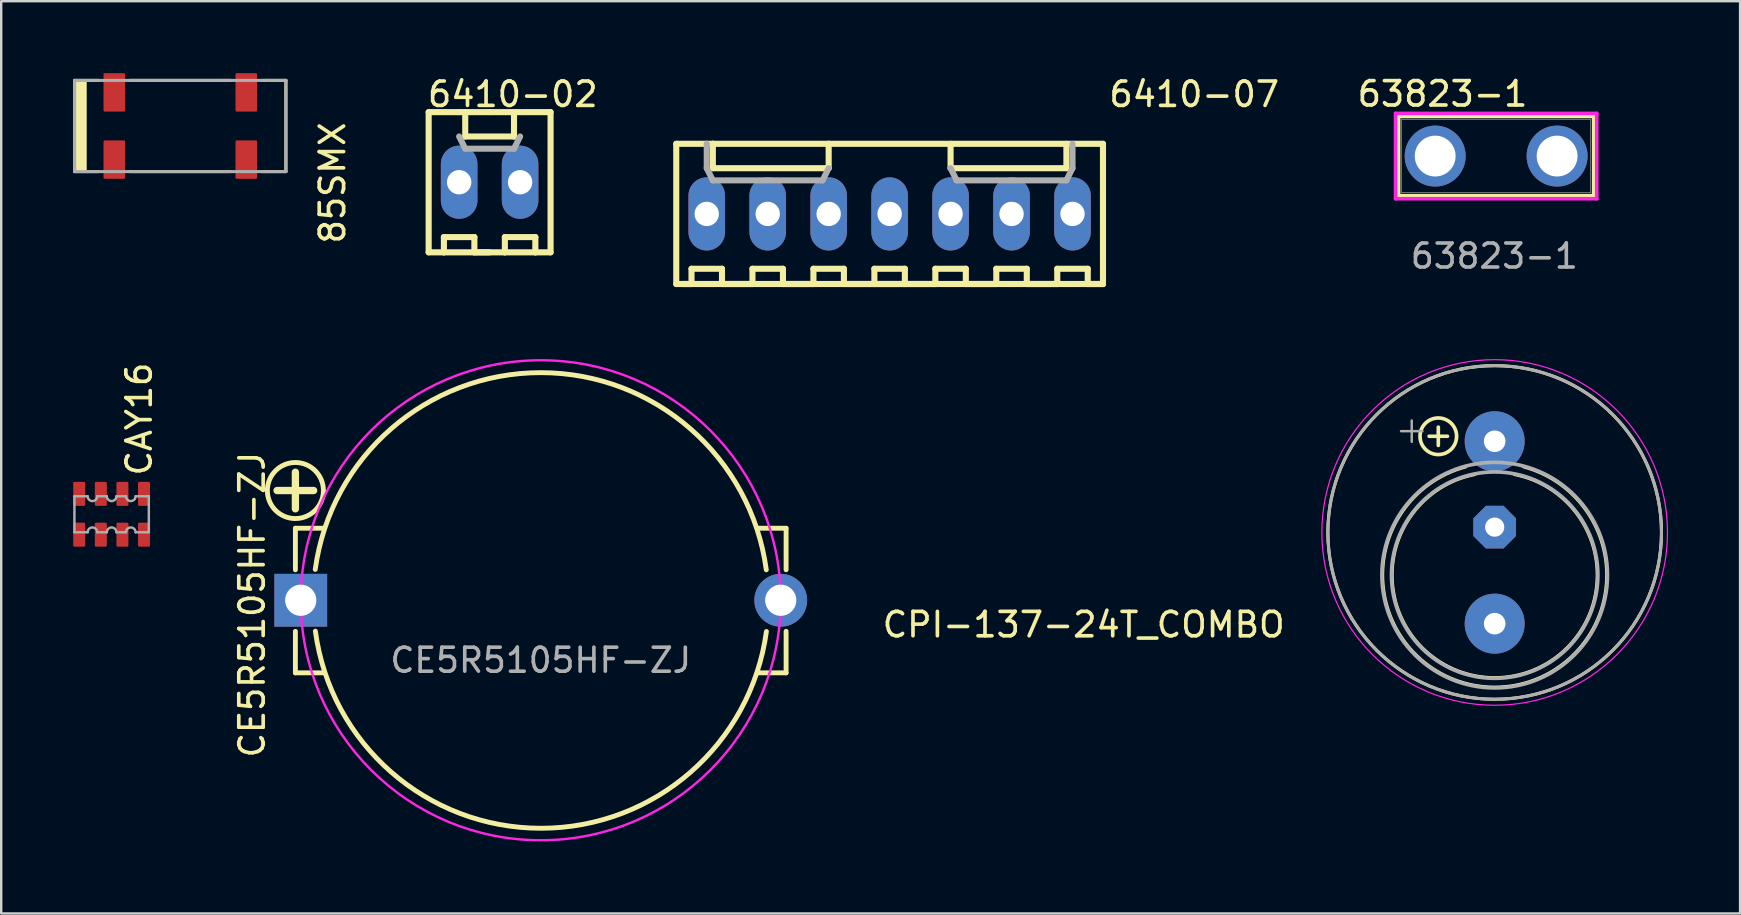
<source format=kicad_pcb>
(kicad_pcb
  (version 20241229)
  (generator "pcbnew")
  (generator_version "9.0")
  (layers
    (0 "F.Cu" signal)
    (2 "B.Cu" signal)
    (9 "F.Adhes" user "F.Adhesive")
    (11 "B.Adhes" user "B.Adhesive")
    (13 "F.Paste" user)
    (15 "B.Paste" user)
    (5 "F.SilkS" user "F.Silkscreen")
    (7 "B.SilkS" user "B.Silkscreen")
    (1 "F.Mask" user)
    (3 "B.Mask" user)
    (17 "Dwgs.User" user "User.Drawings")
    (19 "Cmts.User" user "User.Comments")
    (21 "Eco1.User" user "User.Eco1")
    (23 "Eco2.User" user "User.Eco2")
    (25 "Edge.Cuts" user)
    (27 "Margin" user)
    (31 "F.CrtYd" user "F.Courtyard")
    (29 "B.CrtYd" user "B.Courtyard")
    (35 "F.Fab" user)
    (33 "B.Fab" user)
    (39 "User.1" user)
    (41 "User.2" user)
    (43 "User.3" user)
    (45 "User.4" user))
  (footprint "85SMX"
    (layer "F.Cu")
    (at 4.463 2.2)
    (property "Reference" "85SMX" (at 5.747 -0.243 90) (layer "F.SilkS") (effects (font (size 1.016 1.016) (thickness 0.152)) (justify right top)))
    (attr smd)
    (fp_line (start -4.4 -1.9) (end -4.4 1.9) (stroke (width 0.127) (type solid)) (layer "F.SilkS"))
    (fp_line (start -4.4 -1.9) (end -3.9 -1.9) (stroke (width 0.127) (type solid)) (layer "F.SilkS"))
    (fp_line (start -4.4 1.9) (end -3.9 1.9) (stroke (width 0.127) (type solid)) (layer "F.SilkS"))
    (fp_line (start -3.9 -1.9) (end -3.4 -1.9) (stroke (width 0.127) (type solid)) (layer "F.SilkS"))
    (fp_line (start -3.9 1.9) (end -3.4 1.9) (stroke (width 0.127) (type solid)) (layer "F.SilkS"))
    (fp_line (start -2.1 -1.9) (end 2.1 -1.9) (stroke (width 0.127) (type solid)) (layer "F.SilkS"))
    (fp_line (start -2.1 1.9) (end 2.1 1.9) (stroke (width 0.127) (type solid)) (layer "F.SilkS"))
    (fp_line (start 3.4 -1.9) (end 4.4 -1.9) (stroke (width 0.127) (type solid)) (layer "F.SilkS"))
    (fp_line (start 3.4 1.9) (end 4.4 1.9) (stroke (width 0.127) (type solid)) (layer "F.SilkS"))
    (fp_line (start 4.4 -1.9) (end 4.4 1.9) (stroke (width 0.127) (type solid)) (layer "F.SilkS"))
    (fp_poly (pts (xy -4.4 1.9) (xy -3.9 1.9) (xy -3.9 -1.9) (xy -4.4 -1.9)) (stroke (width 0) (type default)) (fill yes) (layer "F.SilkS"))
    (fp_line (start -4.4 -1.9) (end -4.4 1.9) (stroke (width 0.127) (type solid)) (layer "F.Fab"))
    (fp_line (start -4.4 -1.9) (end 4.4 -1.9) (stroke (width 0.127) (type solid)) (layer "F.Fab"))
    (fp_line (start -4.4 1.9) (end 4.4 1.9) (stroke (width 0.127) (type solid)) (layer "F.Fab"))
    (fp_line (start 4.4 -1.9) (end 4.4 1.9) (stroke (width 0.127) (type solid)) (layer "F.Fab"))
    (pad "" smd roundrect (at 2.75 -1.4 90) (size 1.6 0.9) (layers "F.Cu" "F.Mask" "F.Paste") (roundrect_rratio 0.056))
    (pad "" smd roundrect (at 2.75 1.4 90) (size 1.6 0.9) (layers "F.Cu" "F.Mask" "F.Paste") (roundrect_rratio 0.056))
    (pad "1" smd roundrect (at -2.75 1.4 90) (size 1.6 0.9) (layers "F.Cu" "F.Mask" "F.Paste") (roundrect_rratio 0.056))
    (pad "4" smd roundrect (at -2.75 -1.4 90) (size 1.6 0.9) (layers "F.Cu" "F.Mask" "F.Paste") (roundrect_rratio 0.056)))
  (footprint "6410-02"
    (layer "F.Cu")
    (at 17.351 4.543)
    (property "Reference" "6410-02" (at -2.667 -3.07 180) (layer "F.SilkS") (effects (font (size 1.016 1.016) (thickness 0.152)) (justify left bottom)))
    (attr through_hole)
    (fp_line (start -2.54 -2.921) (end -2.54 2.921) (stroke (width 0.254) (type solid)) (layer "F.SilkS"))
    (fp_line (start -2.54 -2.921) (end -1.27 -2.921) (stroke (width 0.254) (type solid)) (layer "F.SilkS"))
    (fp_line (start -2.54 2.921) (end -1.905 2.921) (stroke (width 0.254) (type solid)) (layer "F.SilkS"))
    (fp_line (start -2.286 2.921) (end -1.905 2.921) (stroke (width 0.127) (type solid)) (layer "F.SilkS"))
    (fp_line (start -1.905 2.286) (end -0.635 2.286) (stroke (width 0.254) (type solid)) (layer "F.SilkS"))
    (fp_line (start -1.905 2.921) (end -1.905 2.286) (stroke (width 0.254) (type solid)) (layer "F.SilkS"))
    (fp_line (start -1.905 2.921) (end 0 2.921) (stroke (width 0.254) (type solid)) (layer "F.SilkS"))
    (fp_line (start -1.27 -2.921) (end 0 -2.921) (stroke (width 0.254) (type solid)) (layer "F.SilkS"))
    (fp_line (start -1.016 -2.921) (end -1.27 -2.921) (stroke (width 0.127) (type solid)) (layer "F.SilkS"))
    (fp_line (start -1.016 -2.921) (end -1.016 -1.905) (stroke (width 0.254) (type solid)) (layer "F.SilkS"))
    (fp_line (start -1.016 -1.905) (end 1.016 -1.905) (stroke (width 0.254) (type solid)) (layer "F.SilkS"))
    (fp_line (start -0.635 2.286) (end -0.635 2.921) (stroke (width 0.254) (type solid)) (layer "F.SilkS"))
    (fp_line (start -0.635 2.921) (end 0.635 2.921) (stroke (width 0.254) (type solid)) (layer "F.SilkS"))
    (fp_line (start 0.635 2.286) (end 1.905 2.286) (stroke (width 0.254) (type solid)) (layer "F.SilkS"))
    (fp_line (start 0.635 2.921) (end 0 2.921) (stroke (width 0.127) (type solid)) (layer "F.SilkS"))
    (fp_line (start 0.635 2.921) (end 0.635 2.286) (stroke (width 0.254) (type solid)) (layer "F.SilkS"))
    (fp_line (start 1.016 -2.921) (end 1.016 -1.905) (stroke (width 0.254) (type solid)) (layer "F.SilkS"))
    (fp_line (start 1.905 2.286) (end 1.905 2.921) (stroke (width 0.254) (type solid)) (layer "F.SilkS"))
    (fp_line (start 1.905 2.921) (end 0.635 2.921) (stroke (width 0.254) (type solid)) (layer "F.SilkS"))
    (fp_line (start 1.905 2.921) (end 2.54 2.921) (stroke (width 0.254) (type solid)) (layer "F.SilkS"))
    (fp_line (start 2.54 -2.921) (end 0 -2.921) (stroke (width 0.254) (type solid)) (layer "F.SilkS"))
    (fp_line (start 2.54 -2.921) (end 2.54 2.921) (stroke (width 0.254) (type solid)) (layer "F.SilkS"))
    (fp_line (start -1.27 -1.905) (end -1.016 -1.397) (stroke (width 0.254) (type solid)) (layer "F.Fab"))
    (fp_line (start -1.016 -1.397) (end 1.016 -1.397) (stroke (width 0.254) (type solid)) (layer "F.Fab"))
    (fp_line (start 1.016 -1.397) (end 1.27 -1.905) (stroke (width 0.254) (type solid)) (layer "F.Fab"))
    (fp_poly (pts (xy -1.524 0.254) (xy -1.016 0.254) (xy -1.016 -0.254) (xy -1.524 -0.254)) (stroke (width 0.1) (type default)) (fill no) (layer "F.Fab"))
    (fp_poly (pts (xy 1.016 0.254) (xy 1.524 0.254) (xy 1.524 -0.254) (xy 1.016 -0.254)) (stroke (width 0.1) (type default)) (fill no) (layer "F.Fab"))
    (pad "1" thru_hole oval (at 1.27 0 90) (size 3.048 1.524) (drill 1.016) (layers "*.Cu" "*.Mask"))
    (pad "2" thru_hole oval (at -1.27 0 90) (size 3.048 1.524) (drill 1.016) (layers "*.Cu" "*.Mask")))
  (footprint "63823-1"
    (layer "F.Cu")
    (at 56.75 3.453)
    (property "Reference" "63823-1" (at 0.305 -2.591 0) (unlocked yes) (layer "F.SilkS") (effects (font (size 1.016 1.016) (thickness 0.152))))
    (attr through_hole)
    (fp_line (start -1.524 -1.651) (end -1.524 1.651) (stroke (width 0.152) (type solid)) (layer "F.SilkS"))
    (fp_line (start -1.524 1.651) (end 6.604 1.651) (stroke (width 0.152) (type solid)) (layer "F.SilkS"))
    (fp_line (start 6.604 -1.651) (end -1.524 -1.651) (stroke (width 0.152) (type solid)) (layer "F.SilkS"))
    (fp_line (start 6.604 1.651) (end 6.604 -1.651) (stroke (width 0.152) (type solid)) (layer "F.SilkS"))
    (fp_line (start -1.651 -1.778) (end -1.651 1.778) (stroke (width 0.152) (type solid)) (layer "F.CrtYd"))
    (fp_line (start -1.651 1.778) (end 6.731 1.778) (stroke (width 0.152) (type solid)) (layer "F.CrtYd"))
    (fp_line (start 6.731 -1.778) (end -1.651 -1.778) (stroke (width 0.152) (type solid)) (layer "F.CrtYd"))
    (fp_line (start 6.731 1.778) (end 6.731 -1.778) (stroke (width 0.152) (type solid)) (layer "F.CrtYd"))
    (fp_line (start -1.397 -1.524) (end -1.397 1.524) (stroke (width 0.025) (type solid)) (layer "F.Fab"))
    (fp_line (start -1.397 1.524) (end 6.477 1.524) (stroke (width 0.025) (type solid)) (layer "F.Fab"))
    (fp_line (start 6.477 -1.524) (end -1.397 -1.524) (stroke (width 0.025) (type solid)) (layer "F.Fab"))
    (fp_line (start 6.477 1.524) (end 6.477 -1.524) (stroke (width 0.025) (type solid)) (layer "F.Fab"))
    (fp_text user "${REFERENCE}" (at 2.464 4.166 0) (unlocked yes) (layer "F.Fab") (effects (font (size 1 1) (thickness 0.15))))
    (pad "1" thru_hole circle (at 0 0) (size 2.54 2.54) (drill 1.702) (layers "*.Cu" "*.Mask"))
    (pad "2" thru_hole circle (at 5.08 0) (size 2.54 2.54) (drill 1.702) (layers "*.Cu" "*.Mask")))
  (footprint "CE5R5105HF-ZJ"
    (layer "F.Cu")
    (at 19.481 21.961)
    (property "Reference" "CE5R5105HF-ZJ" (at -12.028 0.185 90) (unlocked yes) (layer "F.SilkS") (effects (font (size 1.016 1.016) (thickness 0.152))))
    (attr through_hole)
    (fp_line (start -10.223 -5.334) (end -10.223 -3.81) (stroke (width 0.305) (type solid)) (layer "F.SilkS"))
    (fp_line (start -10.223 -3) (end -10.223 -1.27) (stroke (width 0.203) (type default)) (layer "F.SilkS"))
    (fp_line (start -10.223 3.024) (end -10.223 1.294) (stroke (width 0.203) (type default)) (layer "F.SilkS"))
    (fp_line (start -9.461 -4.572) (end -10.986 -4.572) (stroke (width 0.305) (type solid)) (layer "F.SilkS"))
    (fp_line (start -9.017 -3) (end -10.223 -3) (stroke (width 0.203) (type default)) (layer "F.SilkS"))
    (fp_line (start -9.017 3.024) (end -10.223 3.024) (stroke (width 0.203) (type default)) (layer "F.SilkS"))
    (fp_line (start 9.017 -3) (end 10.223 -3) (stroke (width 0.203) (type default)) (layer "F.SilkS"))
    (fp_line (start 9.017 3.024) (end 10.223 3.024) (stroke (width 0.203) (type default)) (layer "F.SilkS"))
    (fp_line (start 10.223 -3) (end 10.223 -1.27) (stroke (width 0.203) (type default)) (layer "F.SilkS"))
    (fp_line (start 10.223 3.024) (end 10.223 1.294) (stroke (width 0.203) (type default)) (layer "F.SilkS"))
    (fp_arc (start -9.395971 -1.284919) (mid 0.007527 -9.483419) (end 9.397999 -1.27) (stroke (width 0.2032) (type default)) (layer "F.SilkS"))
    (fp_arc (start 9.403498 1.3015) (mid -0.000001 9.5) (end -9.390472 1.286581) (stroke (width 0.2032) (type default)) (layer "F.SilkS"))
    (fp_circle (center -10.223 -4.572) (end -9.055 -4.572) (stroke (width 0.203) (type solid)) (fill no) (layer "F.SilkS"))
    (fp_circle (center 0 0) (end 10 0) (stroke (width 0.1) (type default)) (fill no) (layer "F.CrtYd"))
    (fp_text user "${REFERENCE}" (at 0 2.5 0) (unlocked yes) (layer "F.Fab") (effects (font (size 1 1) (thickness 0.15))))
    (pad "+" thru_hole rect (at -10 0) (size 2.2 2.2) (drill 1.3) (layers "*.Cu" "*.Mask"))
    (pad "-" thru_hole circle (at 10 0) (size 2.2 2.2) (drill 1.3) (layers "*.Cu" "*.Mask")))
  (footprint "CPI-137-24T_COMBO"
    (layer "F.Cu")
    (at 59.229 19.136)
    (property "Reference" "CPI-137-24T_COMBO" (at -8.655 4.436 0) (layer "F.SilkS") (effects (font (size 1.016 1.016) (thickness 0.152)) (justify right bottom)))
    (attr through_hole)
    (fp_line (start -2.349 -3.627) (end -2.349 -4.389) (stroke (width 0.152) (type solid)) (layer "F.SilkS"))
    (fp_line (start -1.968 -4.008) (end -2.731 -4.008) (stroke (width 0.152) (type solid)) (layer "F.SilkS"))
    (fp_arc (start 0.8255 -2.413) (mid 0 6.049524) (end -0.8255 -2.413) (stroke (width 0.127) (type solid)) (layer "F.SilkS"))
    (fp_arc (start 1.2065 -2.7305) (mid 0 6.445142) (end -1.2065 -2.7305) (stroke (width 0.127) (type solid)) (layer "F.SilkS"))
    (fp_circle (center -2.349 -4.008) (end -1.587 -4.008) (stroke (width 0.152) (type solid)) (fill no) (layer "F.SilkS"))
    (fp_circle (center 0 0) (end 6.95 0) (stroke (width 0.127) (type solid)) (fill no) (layer "F.SilkS"))
    (fp_circle (center 0 0) (end 7.2 0) (stroke (width 0.05) (type solid)) (fill no) (layer "F.CrtYd"))
    (fp_circle (center 0 0) (end 6.95 0) (stroke (width 0.127) (type solid)) (fill no) (layer "F.Fab"))
    (fp_circle (center 0 1.778) (end 4.3 1.778) (stroke (width 0.152) (type solid)) (fill no) (layer "F.Fab"))
    (fp_circle (center 0 1.778) (end 4.7 1.778) (stroke (width 0.152) (type solid)) (fill no) (layer "F.Fab"))
    (fp_text user "+" (at -2.666 -3.627 180) (layer "F.Fab") (effects (font (size 1.168 1.168) (thickness 0.102)) (justify right bottom)))
    (pad "N" thru_hole circle (at 0 3.8) (size 2.5 2.5) (drill 0.9) (layers "*.Cu" "*.Mask"))
    (pad "P1" thru_hole circle (at 0 -3.8) (size 2.5 2.5) (drill 0.9) (layers "*.Cu" "*.Mask"))
    (pad "P2" thru_hole roundrect (at 0 -0.222 90) (size 1.778 1.778) (drill 0.8) (layers "*.Cu" "*.Mask") (roundrect_rratio 0.25) (chamfer_ratio 0.293) (chamfer top_left top_right bottom_left bottom_right)))
  (footprint "6410-07"
    (layer "F.Cu")
    (at 34.018 5.863)
    (property "Reference" "6410-07" (at 9.06 -4.39 180) (layer "F.SilkS") (effects (font (size 1.016 1.016) (thickness 0.152)) (justify left bottom)))
    (attr through_hole)
    (fp_line (start -8.89 -2.921) (end -8.89 2.921) (stroke (width 0.254) (type solid)) (layer "F.SilkS"))
    (fp_line (start -8.89 -2.921) (end -7.62 -2.921) (stroke (width 0.254) (type solid)) (layer "F.SilkS"))
    (fp_line (start -8.89 2.921) (end -1.397 2.921) (stroke (width 0.254) (type solid)) (layer "F.SilkS"))
    (fp_line (start -8.636 2.921) (end -8.255 2.921) (stroke (width 0.254) (type solid)) (layer "F.SilkS"))
    (fp_line (start -8.255 2.286) (end -6.985 2.286) (stroke (width 0.254) (type solid)) (layer "F.SilkS"))
    (fp_line (start -8.255 2.921) (end -8.255 2.286) (stroke (width 0.254) (type solid)) (layer "F.SilkS"))
    (fp_line (start -7.62 -2.921) (end -7.366 -2.921) (stroke (width 0.254) (type solid)) (layer "F.SilkS"))
    (fp_line (start -7.366 -2.921) (end -7.366 -1.905) (stroke (width 0.254) (type solid)) (layer "F.SilkS"))
    (fp_line (start -7.366 -2.921) (end -2.54 -2.921) (stroke (width 0.254) (type solid)) (layer "F.SilkS"))
    (fp_line (start -7.366 -1.905) (end -2.54 -1.905) (stroke (width 0.254) (type solid)) (layer "F.SilkS"))
    (fp_line (start -6.985 2.286) (end -6.985 2.921) (stroke (width 0.254) (type solid)) (layer "F.SilkS"))
    (fp_line (start -6.985 2.921) (end -5.715 2.921) (stroke (width 0.254) (type solid)) (layer "F.SilkS"))
    (fp_line (start -5.715 2.286) (end -4.445 2.286) (stroke (width 0.254) (type solid)) (layer "F.SilkS"))
    (fp_line (start -5.715 2.921) (end -5.715 2.286) (stroke (width 0.254) (type solid)) (layer "F.SilkS"))
    (fp_line (start -4.445 2.286) (end -4.445 2.921) (stroke (width 0.254) (type solid)) (layer "F.SilkS"))
    (fp_line (start -4.445 2.921) (end -3.175 2.921) (stroke (width 0.254) (type solid)) (layer "F.SilkS"))
    (fp_line (start -3.175 2.286) (end -1.905 2.286) (stroke (width 0.254) (type solid)) (layer "F.SilkS"))
    (fp_line (start -3.175 2.921) (end -3.175 2.286) (stroke (width 0.254) (type solid)) (layer "F.SilkS"))
    (fp_line (start -2.54 -1.905) (end -2.54 -2.921) (stroke (width 0.254) (type solid)) (layer "F.SilkS"))
    (fp_line (start -1.905 2.286) (end -1.905 2.921) (stroke (width 0.254) (type solid)) (layer "F.SilkS"))
    (fp_line (start -1.905 2.921) (end 1.905 2.921) (stroke (width 0.254) (type solid)) (layer "F.SilkS"))
    (fp_line (start -0.635 2.286) (end 0.635 2.286) (stroke (width 0.254) (type solid)) (layer "F.SilkS"))
    (fp_line (start -0.635 2.921) (end -0.635 2.286) (stroke (width 0.254) (type solid)) (layer "F.SilkS"))
    (fp_line (start 0.635 2.286) (end 0.635 2.921) (stroke (width 0.254) (type solid)) (layer "F.SilkS"))
    (fp_line (start 1.905 2.286) (end 3.175 2.286) (stroke (width 0.254) (type solid)) (layer "F.SilkS"))
    (fp_line (start 1.905 2.921) (end 1.905 2.286) (stroke (width 0.254) (type solid)) (layer "F.SilkS"))
    (fp_line (start 2.54 -1.905) (end 2.54 -2.921) (stroke (width 0.254) (type solid)) (layer "F.SilkS"))
    (fp_line (start 2.54 -1.905) (end 7.366 -1.905) (stroke (width 0.254) (type solid)) (layer "F.SilkS"))
    (fp_line (start 3.175 2.286) (end 3.175 2.921) (stroke (width 0.254) (type solid)) (layer "F.SilkS"))
    (fp_line (start 3.175 2.921) (end 4.445 2.921) (stroke (width 0.254) (type solid)) (layer "F.SilkS"))
    (fp_line (start 4.445 2.286) (end 5.715 2.286) (stroke (width 0.254) (type solid)) (layer "F.SilkS"))
    (fp_line (start 4.445 2.921) (end 4.445 2.286) (stroke (width 0.254) (type solid)) (layer "F.SilkS"))
    (fp_line (start 5.715 2.286) (end 5.715 2.921) (stroke (width 0.254) (type solid)) (layer "F.SilkS"))
    (fp_line (start 5.715 2.921) (end 6.985 2.921) (stroke (width 0.254) (type solid)) (layer "F.SilkS"))
    (fp_line (start 6.985 2.286) (end 8.255 2.286) (stroke (width 0.254) (type solid)) (layer "F.SilkS"))
    (fp_line (start 6.985 2.921) (end 6.985 2.286) (stroke (width 0.254) (type solid)) (layer "F.SilkS"))
    (fp_line (start 7.366 -2.921) (end 7.366 -1.905) (stroke (width 0.254) (type solid)) (layer "F.SilkS"))
    (fp_line (start 8.255 2.286) (end 8.255 2.921) (stroke (width 0.254) (type solid)) (layer "F.SilkS"))
    (fp_line (start 8.255 2.921) (end 8.89 2.921) (stroke (width 0.254) (type solid)) (layer "F.SilkS"))
    (fp_line (start 8.89 -2.921) (end -2.54 -2.921) (stroke (width 0.254) (type solid)) (layer "F.SilkS"))
    (fp_line (start 8.89 -2.921) (end 8.89 2.921) (stroke (width 0.254) (type solid)) (layer "F.SilkS"))
    (fp_line (start 8.89 2.921) (end -1.397 2.921) (stroke (width 0.254) (type solid)) (layer "F.SilkS"))
    (fp_line (start -7.62 -1.905) (end -7.62 -2.921) (stroke (width 0.254) (type solid)) (layer "F.Fab"))
    (fp_line (start -7.62 -1.905) (end -7.366 -1.397) (stroke (width 0.254) (type solid)) (layer "F.Fab"))
    (fp_line (start -7.366 -1.397) (end -2.794 -1.397) (stroke (width 0.254) (type solid)) (layer "F.Fab"))
    (fp_line (start -2.794 -1.397) (end -2.54 -1.905) (stroke (width 0.254) (type solid)) (layer "F.Fab"))
    (fp_line (start 2.54 -1.905) (end 2.794 -1.397) (stroke (width 0.254) (type solid)) (layer "F.Fab"))
    (fp_line (start 2.794 -1.397) (end 7.366 -1.397) (stroke (width 0.254) (type solid)) (layer "F.Fab"))
    (fp_line (start 7.366 -1.397) (end 7.62 -1.905) (stroke (width 0.254) (type solid)) (layer "F.Fab"))
    (fp_line (start 7.62 -1.905) (end 7.62 -2.921) (stroke (width 0.254) (type solid)) (layer "F.Fab"))
    (fp_poly (pts (xy -7.874 0.254) (xy -7.366 0.254) (xy -7.366 -0.254) (xy -7.874 -0.254)) (stroke (width 0.1) (type default)) (fill no) (layer "F.Fab"))
    (fp_poly (pts (xy -5.334 0.254) (xy -4.826 0.254) (xy -4.826 -0.254) (xy -5.334 -0.254)) (stroke (width 0.1) (type default)) (fill no) (layer "F.Fab"))
    (fp_poly (pts (xy -2.794 0.254) (xy -2.286 0.254) (xy -2.286 -0.254) (xy -2.794 -0.254)) (stroke (width 0.1) (type default)) (fill no) (layer "F.Fab"))
    (fp_poly (pts (xy -0.254 0.254) (xy 0.254 0.254) (xy 0.254 -0.254) (xy -0.254 -0.254)) (stroke (width 0.1) (type default)) (fill no) (layer "F.Fab"))
    (fp_poly (pts (xy 2.286 0.254) (xy 2.794 0.254) (xy 2.794 -0.254) (xy 2.286 -0.254)) (stroke (width 0.1) (type default)) (fill no) (layer "F.Fab"))
    (fp_poly (pts (xy 4.826 0.254) (xy 5.334 0.254) (xy 5.334 -0.254) (xy 4.826 -0.254)) (stroke (width 0.1) (type default)) (fill no) (layer "F.Fab"))
    (fp_poly (pts (xy 7.366 0.254) (xy 7.874 0.254) (xy 7.874 -0.254) (xy 7.366 -0.254)) (stroke (width 0.1) (type default)) (fill no) (layer "F.Fab"))
    (pad "1" thru_hole oval (at 7.62 0 90) (size 3.048 1.524) (drill 1.016) (layers "*.Cu" "*.Mask"))
    (pad "2" thru_hole oval (at 5.08 0 90) (size 3.048 1.524) (drill 1.016) (layers "*.Cu" "*.Mask"))
    (pad "3" thru_hole oval (at 2.54 0 90) (size 3.048 1.524) (drill 1.016) (layers "*.Cu" "*.Mask"))
    (pad "4" thru_hole oval (at 0 0 90) (size 3.048 1.524) (drill 1.016) (layers "*.Cu" "*.Mask"))
    (pad "5" thru_hole oval (at -2.54 0 90) (size 3.048 1.524) (drill 1.016) (layers "*.Cu" "*.Mask"))
    (pad "6" thru_hole oval (at -5.08 0 90) (size 3.048 1.524) (drill 1.016) (layers "*.Cu" "*.Mask"))
    (pad "7" thru_hole oval (at -7.62 0 90) (size 3.048 1.524) (drill 1.016) (layers "*.Cu" "*.Mask")))
  (footprint "CAY16"
    (layer "F.Cu")
    (at 1.601 18.378)
    (property "Reference" "CAY16" (at 1.74 -1.52 270) (layer "F.SilkS") (effects (font (size 1.016 1.016) (thickness 0.152)) (justify left bottom)))
    (attr smd)
    (fp_line (start -1.55 -0.75) (end -1 -0.75) (stroke (width 0.102) (type solid)) (layer "F.Fab"))
    (fp_line (start -1.55 0.75) (end -1.55 -0.75) (stroke (width 0.102) (type solid)) (layer "F.Fab"))
    (fp_line (start -1 0.75) (end -1.55 0.75) (stroke (width 0.102) (type solid)) (layer "F.Fab"))
    (fp_line (start -0.6 -0.75) (end -0.2 -0.75) (stroke (width 0.102) (type solid)) (layer "F.Fab"))
    (fp_line (start -0.2 0.75) (end -0.6 0.75) (stroke (width 0.102) (type solid)) (layer "F.Fab"))
    (fp_line (start 0.2 -0.75) (end 0.6 -0.75) (stroke (width 0.102) (type solid)) (layer "F.Fab"))
    (fp_line (start 0.6 0.75) (end 0.2 0.75) (stroke (width 0.102) (type solid)) (layer "F.Fab"))
    (fp_line (start 1 -0.75) (end 1.55 -0.75) (stroke (width 0.102) (type solid)) (layer "F.Fab"))
    (fp_line (start 1.55 -0.75) (end 1.55 0.75) (stroke (width 0.102) (type solid)) (layer "F.Fab"))
    (fp_line (start 1.55 0.75) (end 1 0.75) (stroke (width 0.102) (type solid)) (layer "F.Fab"))
    (fp_arc (start -1 0.75) (mid -0.8 0.55) (end -0.6 0.75) (stroke (width 0.1016) (type solid)) (layer "F.Fab"))
    (fp_arc (start -0.6 -0.75) (mid -0.8 -0.55) (end -1 -0.75) (stroke (width 0.1016) (type solid)) (layer "F.Fab"))
    (fp_arc (start -0.2 0.75) (mid 0 0.55) (end 0.2 0.75) (stroke (width 0.1016) (type solid)) (layer "F.Fab"))
    (fp_arc (start 0.2 -0.75) (mid 0 -0.55) (end -0.2 -0.75) (stroke (width 0.1016) (type solid)) (layer "F.Fab"))
    (fp_arc (start 0.6 0.75) (mid 0.8 0.55) (end 1 0.75) (stroke (width 0.1016) (type solid)) (layer "F.Fab"))
    (fp_arc (start 1 -0.75) (mid 0.8 -0.55) (end 0.6 -0.75) (stroke (width 0.1016) (type solid)) (layer "F.Fab"))
    (pad "1" smd roundrect (at -1.35 0.85) (size 0.5 1) (layers "F.Cu" "F.Mask" "F.Paste") (roundrect_rratio 0.102))
    (pad "2" smd roundrect (at -0.45 0.85) (size 0.5 1) (layers "F.Cu" "F.Mask" "F.Paste") (roundrect_rratio 0.102))
    (pad "3" smd roundrect (at 0.45 0.85) (size 0.5 1) (layers "F.Cu" "F.Mask" "F.Paste") (roundrect_rratio 0.102))
    (pad "4" smd roundrect (at 1.35 0.85) (size 0.5 1) (layers "F.Cu" "F.Mask" "F.Paste") (roundrect_rratio 0.102))
    (pad "5" smd roundrect (at 1.35 -0.85) (size 0.5 1) (layers "F.Cu" "F.Mask" "F.Paste") (roundrect_rratio 0.102))
    (pad "6" smd roundrect (at 0.45 -0.85) (size 0.5 1) (layers "F.Cu" "F.Mask" "F.Paste") (roundrect_rratio 0.102))
    (pad "7" smd roundrect (at -0.45 -0.85) (size 0.5 1) (layers "F.Cu" "F.Mask" "F.Paste") (roundrect_rratio 0.102))
    (pad "8" smd roundrect (at -1.35 -0.85) (size 0.5 1) (layers "F.Cu" "F.Mask" "F.Paste") (roundrect_rratio 0.102)))
  (gr_rect
    (start -3 -3)
    (end 69.454 35.011)
    (stroke (width 0.1) (type default))
    (fill no)
    (layer "Edge.Cuts")))
</source>
